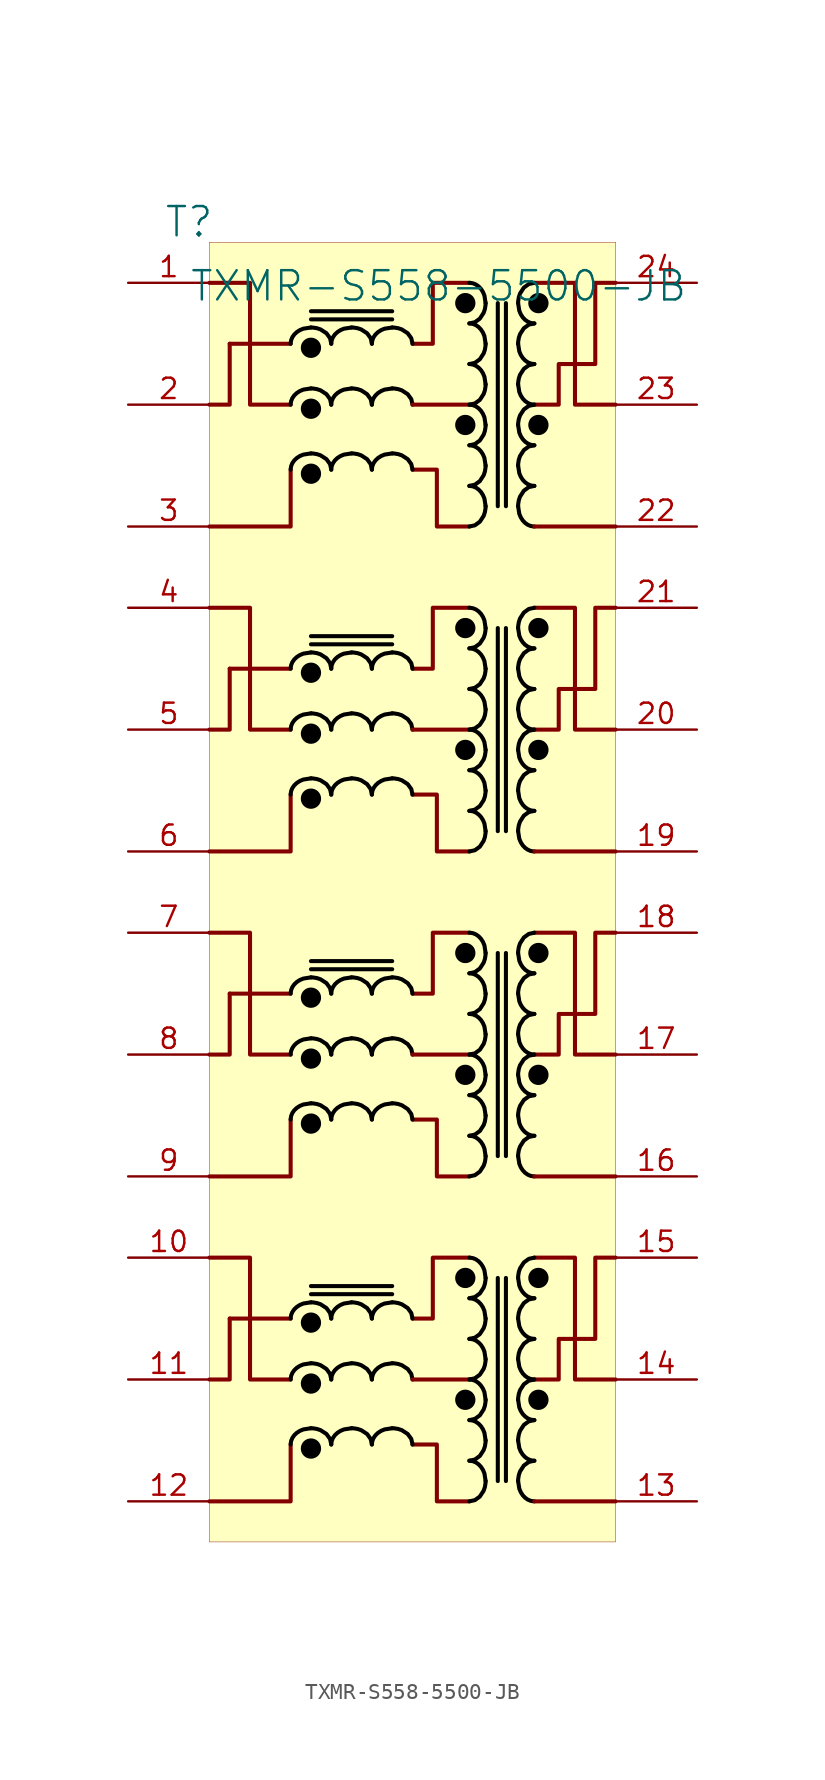
<source format=kicad_sym>
(kicad_symbol_lib
  (version 20231120)
  (generator "kicad_symbol_editor")
  (generator_version "8.0")
  (symbol "TXMR-S558-5500-JB"
    (property "Reference" "T"
      (at -1.27 1.27 0)
      (effects (font (size 1.829 1.829))))
    (property "Value" "TXMR-S558-5500-JB"
      (at -1.27 -3.81 0)
      (effects (font (size 1.829 1.829)) (justify left bottom)))
    (symbol "TXMR-S558-5500-JB_1_0"
      (polyline (pts (xy 5.08 -67.31) (xy 1.27 -67.31)) (stroke (width 0.254) (type solid)) (fill (type none)))
      (polyline (pts (xy 5.08 -46.99) (xy 1.27 -46.99)) (stroke (width 0.254) (type solid)) (fill (type none)))
      (polyline (pts (xy 5.08 -26.67) (xy 1.27 -26.67)) (stroke (width 0.254) (type solid)) (fill (type none)))
      (polyline (pts (xy 5.08 -6.35) (xy 1.27 -6.35)) (stroke (width 0.254) (type solid)) (fill (type none)))
      (polyline (pts (xy 6.35 -65.786) (xy 11.43 -65.786)) (stroke (width 0.254) (type solid) (color 0 0 0 1)) (fill (type none)))
      (polyline (pts (xy 6.35 -65.278) (xy 11.43 -65.278)) (stroke (width 0.254) (type solid) (color 0 0 0 1)) (fill (type none)))
      (polyline (pts (xy 6.35 -45.466) (xy 11.43 -45.466)) (stroke (width 0.254) (type solid) (color 0 0 0 1)) (fill (type none)))
      (polyline (pts (xy 6.35 -44.958) (xy 11.43 -44.958)) (stroke (width 0.254) (type solid) (color 0 0 0 1)) (fill (type none)))
      (polyline (pts (xy 6.35 -25.146) (xy 11.43 -25.146)) (stroke (width 0.254) (type solid) (color 0 0 0 1)) (fill (type none)))
      (polyline (pts (xy 6.35 -24.638) (xy 11.43 -24.638)) (stroke (width 0.254) (type solid) (color 0 0 0 1)) (fill (type none)))
      (polyline (pts (xy 6.35 -4.826) (xy 11.43 -4.826)) (stroke (width 0.254) (type solid) (color 0 0 0 1)) (fill (type none)))
      (polyline (pts (xy 6.35 -4.318) (xy 11.43 -4.318)) (stroke (width 0.254) (type solid) (color 0 0 0 1)) (fill (type none)))
      (polyline (pts (xy 16.256 -71.12) (xy 12.7 -71.12)) (stroke (width 0.254) (type solid)) (fill (type none)))
      (polyline (pts (xy 16.256 -50.8) (xy 12.7 -50.8)) (stroke (width 0.254) (type solid)) (fill (type none)))
      (polyline (pts (xy 16.256 -30.48) (xy 12.7 -30.48)) (stroke (width 0.254) (type solid)) (fill (type none)))
      (polyline (pts (xy 16.256 -10.16) (xy 12.7 -10.16)) (stroke (width 0.254) (type solid)) (fill (type none)))
      (polyline (pts (xy 18.034 -77.47) (xy 18.034 -64.77)) (stroke (width 0.254) (type solid) (color 0 0 0 1)) (fill (type none)))
      (polyline (pts (xy 18.034 -57.15) (xy 18.034 -44.45)) (stroke (width 0.254) (type solid) (color 0 0 0 1)) (fill (type none)))
      (polyline (pts (xy 18.034 -36.83) (xy 18.034 -24.13)) (stroke (width 0.254) (type solid) (color 0 0 0 1)) (fill (type none)))
      (polyline (pts (xy 18.034 -16.51) (xy 18.034 -3.81)) (stroke (width 0.254) (type solid) (color 0 0 0 1)) (fill (type none)))
      (polyline (pts (xy 18.542 -77.47) (xy 18.542 -64.77)) (stroke (width 0.254) (type solid) (color 0 0 0 1)) (fill (type none)))
      (polyline (pts (xy 18.542 -57.15) (xy 18.542 -44.45)) (stroke (width 0.254) (type solid) (color 0 0 0 1)) (fill (type none)))
      (polyline (pts (xy 18.542 -36.83) (xy 18.542 -24.13)) (stroke (width 0.254) (type solid) (color 0 0 0 1)) (fill (type none)))
      (polyline (pts (xy 18.542 -16.51) (xy 18.542 -3.81)) (stroke (width 0.254) (type solid) (color 0 0 0 1)) (fill (type none)))
      (polyline (pts (xy 20.32 -78.74) (xy 25.4 -78.74)) (stroke (width 0.254) (type solid)) (fill (type none)))
      (polyline (pts (xy 20.32 -58.42) (xy 25.4 -58.42)) (stroke (width 0.254) (type solid)) (fill (type none)))
      (polyline (pts (xy 20.32 -38.1) (xy 25.4 -38.1)) (stroke (width 0.254) (type solid)) (fill (type none)))
      (polyline (pts (xy 20.32 -17.78) (xy 25.4 -17.78)) (stroke (width 0.254) (type solid)) (fill (type none)))
      (polyline (pts (xy 0 -78.74) (xy 5.08 -78.74) (xy 5.08 -75.184)) (stroke (width 0.254) (type solid)) (fill (type none)))
      (polyline (pts (xy 0 -71.12) (xy 1.27 -71.12) (xy 1.27 -67.31)) (stroke (width 0.254) (type solid)) (fill (type none)))
      (polyline (pts (xy 0 -58.42) (xy 5.08 -58.42) (xy 5.08 -54.864)) (stroke (width 0.254) (type solid)) (fill (type none)))
      (polyline (pts (xy 0 -50.8) (xy 1.27 -50.8) (xy 1.27 -46.99)) (stroke (width 0.254) (type solid)) (fill (type none)))
      (polyline (pts (xy 0 -38.1) (xy 5.08 -38.1) (xy 5.08 -34.544)) (stroke (width 0.254) (type solid)) (fill (type none)))
      (polyline (pts (xy 0 -30.48) (xy 1.27 -30.48) (xy 1.27 -26.67)) (stroke (width 0.254) (type solid)) (fill (type none)))
      (polyline (pts (xy 0 -17.78) (xy 5.08 -17.78) (xy 5.08 -14.224)) (stroke (width 0.254) (type solid)) (fill (type none)))
      (polyline (pts (xy 0 -10.16) (xy 1.27 -10.16) (xy 1.27 -6.35)) (stroke (width 0.254) (type solid)) (fill (type none)))
      (polyline (pts (xy 0 -63.5) (xy 2.54 -63.5) (xy 2.54 -71.12) (xy 5.08 -71.12)) (stroke (width 0.254) (type solid)) (fill (type none)))
      (polyline (pts (xy 0 -43.18) (xy 2.54 -43.18) (xy 2.54 -50.8) (xy 5.08 -50.8)) (stroke (width 0.254) (type solid)) (fill (type none)))
      (polyline (pts (xy 0 -22.86) (xy 2.54 -22.86) (xy 2.54 -30.48) (xy 5.08 -30.48)) (stroke (width 0.254) (type solid)) (fill (type none)))
      (polyline (pts (xy 0 -2.54) (xy 2.54 -2.54) (xy 2.54 -10.16) (xy 5.08 -10.16)) (stroke (width 0.254) (type solid)) (fill (type none)))
      (polyline (pts (xy 12.7 -75.184) (xy 14.224 -75.184) (xy 14.224 -78.74) (xy 16.256 -78.74)) (stroke (width 0.254) (type solid)) (fill (type none)))
      (polyline (pts (xy 12.7 -67.31) (xy 13.97 -67.31) (xy 13.97 -63.5) (xy 16.256 -63.5)) (stroke (width 0.254) (type solid)) (fill (type none)))
      (polyline (pts (xy 12.7 -54.864) (xy 14.224 -54.864) (xy 14.224 -58.42) (xy 16.256 -58.42)) (stroke (width 0.254) (type solid)) (fill (type none)))
      (polyline (pts (xy 12.7 -46.99) (xy 13.97 -46.99) (xy 13.97 -43.18) (xy 16.256 -43.18)) (stroke (width 0.254) (type solid)) (fill (type none)))
      (polyline (pts (xy 12.7 -34.544) (xy 14.224 -34.544) (xy 14.224 -38.1) (xy 16.256 -38.1)) (stroke (width 0.254) (type solid)) (fill (type none)))
      (polyline (pts (xy 12.7 -26.67) (xy 13.97 -26.67) (xy 13.97 -22.86) (xy 16.256 -22.86)) (stroke (width 0.254) (type solid)) (fill (type none)))
      (polyline (pts (xy 12.7 -14.224) (xy 14.224 -14.224) (xy 14.224 -17.78) (xy 16.256 -17.78)) (stroke (width 0.254) (type solid)) (fill (type none)))
      (polyline (pts (xy 12.7 -6.35) (xy 13.97 -6.35) (xy 13.97 -2.54) (xy 16.256 -2.54)) (stroke (width 0.254) (type solid)) (fill (type none)))
      (polyline (pts (xy 20.32 -63.5) (xy 22.86 -63.5) (xy 22.86 -71.12) (xy 25.4 -71.12)) (stroke (width 0.254) (type solid)) (fill (type none)))
      (polyline (pts (xy 20.32 -43.18) (xy 22.86 -43.18) (xy 22.86 -50.8) (xy 25.4 -50.8)) (stroke (width 0.254) (type solid)) (fill (type none)))
      (polyline (pts (xy 20.32 -22.86) (xy 22.86 -22.86) (xy 22.86 -30.48) (xy 25.4 -30.48)) (stroke (width 0.254) (type solid)) (fill (type none)))
      (polyline (pts (xy 20.32 -2.54) (xy 22.86 -2.54) (xy 22.86 -10.16) (xy 25.4 -10.16)) (stroke (width 0.254) (type solid)) (fill (type none)))
      (polyline (pts (xy 20.32 -71.12) (xy 21.844 -71.12) (xy 21.844 -68.58) (xy 24.13 -68.58) (xy 24.13 -63.5) (xy 25.4 -63.5)) (stroke (width 0.254) (type solid)) (fill (type none)))
      (polyline (pts (xy 20.32 -50.8) (xy 21.844 -50.8) (xy 21.844 -48.26) (xy 24.13 -48.26) (xy 24.13 -43.18) (xy 25.4 -43.18)) (stroke (width 0.254) (type solid)) (fill (type none)))
      (polyline (pts (xy 20.32 -30.48) (xy 21.844 -30.48) (xy 21.844 -27.94) (xy 24.13 -27.94) (xy 24.13 -22.86) (xy 25.4 -22.86)) (stroke (width 0.254) (type solid)) (fill (type none)))
      (polyline (pts (xy 20.32 -10.16) (xy 21.844 -10.16) (xy 21.844 -7.62) (xy 24.13 -7.62) (xy 24.13 -2.54) (xy 25.4 -2.54)) (stroke (width 0.254) (type solid)) (fill (type none)))
      (circle (center 6.35 -75.438) (radius 0.508) (stroke (width 0.254) (type solid) (color 0 0 0 1)) (fill (type outline)))
      (bezier (pts (xy 6.35 -74.168) (xy 5.649 -74.168) (xy 5.08 -74.623) (xy 5.08 -75.184)) (stroke (width 0.254) (type solid) (color 0 0 0 1)) (fill (type none)))
      (circle (center 6.35 -71.374) (radius 0.508) (stroke (width 0.254) (type solid) (color 0 0 0 1)) (fill (type outline)))
      (bezier (pts (xy 6.35 -70.104) (xy 5.649 -70.104) (xy 5.08 -70.559) (xy 5.08 -71.12)) (stroke (width 0.254) (type solid) (color 0 0 0 1)) (fill (type none)))
      (circle (center 6.35 -67.564) (radius 0.508) (stroke (width 0.254) (type solid) (color 0 0 0 1)) (fill (type outline)))
      (bezier (pts (xy 6.35 -66.294) (xy 5.649 -66.294) (xy 5.08 -66.749) (xy 5.08 -67.31)) (stroke (width 0.254) (type solid) (color 0 0 0 1)) (fill (type none)))
      (circle (center 6.35 -55.118) (radius 0.508) (stroke (width 0.254) (type solid) (color 0 0 0 1)) (fill (type outline)))
      (bezier (pts (xy 6.35 -53.848) (xy 5.649 -53.848) (xy 5.08 -54.303) (xy 5.08 -54.864)) (stroke (width 0.254) (type solid) (color 0 0 0 1)) (fill (type none)))
      (circle (center 6.35 -51.054) (radius 0.508) (stroke (width 0.254) (type solid) (color 0 0 0 1)) (fill (type outline)))
      (bezier (pts (xy 6.35 -49.784) (xy 5.649 -49.784) (xy 5.08 -50.239) (xy 5.08 -50.8)) (stroke (width 0.254) (type solid) (color 0 0 0 1)) (fill (type none)))
      (circle (center 6.35 -47.244) (radius 0.508) (stroke (width 0.254) (type solid) (color 0 0 0 1)) (fill (type outline)))
      (bezier (pts (xy 6.35 -45.974) (xy 5.649 -45.974) (xy 5.08 -46.429) (xy 5.08 -46.99)) (stroke (width 0.254) (type solid) (color 0 0 0 1)) (fill (type none)))
      (circle (center 6.35 -34.798) (radius 0.508) (stroke (width 0.254) (type solid) (color 0 0 0 1)) (fill (type outline)))
      (bezier (pts (xy 6.35 -33.528) (xy 5.649 -33.528) (xy 5.08 -33.983) (xy 5.08 -34.544)) (stroke (width 0.254) (type solid) (color 0 0 0 1)) (fill (type none)))
      (circle (center 6.35 -30.734) (radius 0.508) (stroke (width 0.254) (type solid) (color 0 0 0 1)) (fill (type outline)))
      (bezier (pts (xy 6.35 -29.464) (xy 5.649 -29.464) (xy 5.08 -29.919) (xy 5.08 -30.48)) (stroke (width 0.254) (type solid) (color 0 0 0 1)) (fill (type none)))
      (circle (center 6.35 -26.924) (radius 0.508) (stroke (width 0.254) (type solid) (color 0 0 0 1)) (fill (type outline)))
      (bezier (pts (xy 6.35 -25.654) (xy 5.649 -25.654) (xy 5.08 -26.109) (xy 5.08 -26.67)) (stroke (width 0.254) (type solid) (color 0 0 0 1)) (fill (type none)))
      (circle (center 6.35 -14.478) (radius 0.508) (stroke (width 0.254) (type solid) (color 0 0 0 1)) (fill (type outline)))
      (bezier (pts (xy 6.35 -13.208) (xy 5.649 -13.208) (xy 5.08 -13.663) (xy 5.08 -14.224)) (stroke (width 0.254) (type solid) (color 0 0 0 1)) (fill (type none)))
      (circle (center 6.35 -10.414) (radius 0.508) (stroke (width 0.254) (type solid) (color 0 0 0 1)) (fill (type outline)))
      (bezier (pts (xy 6.35 -9.144) (xy 5.649 -9.144) (xy 5.08 -9.599) (xy 5.08 -10.16)) (stroke (width 0.254) (type solid) (color 0 0 0 1)) (fill (type none)))
      (circle (center 6.35 -6.604) (radius 0.508) (stroke (width 0.254) (type solid) (color 0 0 0 1)) (fill (type outline)))
      (bezier (pts (xy 6.35 -5.334) (xy 5.649 -5.334) (xy 5.08 -5.789) (xy 5.08 -6.35)) (stroke (width 0.254) (type solid) (color 0 0 0 1)) (fill (type none)))
      (bezier (pts (xy 7.62 -75.184) (xy 7.62 -74.623) (xy 7.051 -74.168) (xy 6.35 -74.168)) (stroke (width 0.254) (type solid) (color 0 0 0 1)) (fill (type none)))
      (bezier (pts (xy 7.62 -71.12) (xy 7.62 -70.559) (xy 7.051 -70.104) (xy 6.35 -70.104)) (stroke (width 0.254) (type solid) (color 0 0 0 1)) (fill (type none)))
      (bezier (pts (xy 7.62 -67.31) (xy 7.62 -66.749) (xy 7.051 -66.294) (xy 6.35 -66.294)) (stroke (width 0.254) (type solid) (color 0 0 0 1)) (fill (type none)))
      (bezier (pts (xy 7.62 -54.864) (xy 7.62 -54.303) (xy 7.051 -53.848) (xy 6.35 -53.848)) (stroke (width 0.254) (type solid) (color 0 0 0 1)) (fill (type none)))
      (bezier (pts (xy 7.62 -50.8) (xy 7.62 -50.239) (xy 7.051 -49.784) (xy 6.35 -49.784)) (stroke (width 0.254) (type solid) (color 0 0 0 1)) (fill (type none)))
      (bezier (pts (xy 7.62 -46.99) (xy 7.62 -46.429) (xy 7.051 -45.974) (xy 6.35 -45.974)) (stroke (width 0.254) (type solid) (color 0 0 0 1)) (fill (type none)))
      (bezier (pts (xy 7.62 -34.544) (xy 7.62 -33.983) (xy 7.051 -33.528) (xy 6.35 -33.528)) (stroke (width 0.254) (type solid) (color 0 0 0 1)) (fill (type none)))
      (bezier (pts (xy 7.62 -30.48) (xy 7.62 -29.919) (xy 7.051 -29.464) (xy 6.35 -29.464)) (stroke (width 0.254) (type solid) (color 0 0 0 1)) (fill (type none)))
      (bezier (pts (xy 7.62 -26.67) (xy 7.62 -26.109) (xy 7.051 -25.654) (xy 6.35 -25.654)) (stroke (width 0.254) (type solid) (color 0 0 0 1)) (fill (type none)))
      (bezier (pts (xy 7.62 -14.224) (xy 7.62 -13.663) (xy 7.051 -13.208) (xy 6.35 -13.208)) (stroke (width 0.254) (type solid) (color 0 0 0 1)) (fill (type none)))
      (bezier (pts (xy 7.62 -10.16) (xy 7.62 -9.599) (xy 7.051 -9.144) (xy 6.35 -9.144)) (stroke (width 0.254) (type solid) (color 0 0 0 1)) (fill (type none)))
      (bezier (pts (xy 7.62 -6.35) (xy 7.62 -5.789) (xy 7.051 -5.334) (xy 6.35 -5.334)) (stroke (width 0.254) (type solid) (color 0 0 0 1)) (fill (type none)))
      (bezier (pts (xy 8.89 -74.168) (xy 8.188 -74.168) (xy 7.62 -74.623) (xy 7.62 -75.184)) (stroke (width 0.254) (type solid) (color 0 0 0 1)) (fill (type none)))
      (bezier (pts (xy 8.89 -70.104) (xy 8.188 -70.104) (xy 7.62 -70.559) (xy 7.62 -71.12)) (stroke (width 0.254) (type solid) (color 0 0 0 1)) (fill (type none)))
      (bezier (pts (xy 8.89 -66.294) (xy 8.188 -66.294) (xy 7.62 -66.749) (xy 7.62 -67.31)) (stroke (width 0.254) (type solid) (color 0 0 0 1)) (fill (type none)))
      (bezier (pts (xy 8.89 -53.848) (xy 8.188 -53.848) (xy 7.62 -54.303) (xy 7.62 -54.864)) (stroke (width 0.254) (type solid) (color 0 0 0 1)) (fill (type none)))
      (bezier (pts (xy 8.89 -49.784) (xy 8.188 -49.784) (xy 7.62 -50.239) (xy 7.62 -50.8)) (stroke (width 0.254) (type solid) (color 0 0 0 1)) (fill (type none)))
      (bezier (pts (xy 8.89 -45.974) (xy 8.188 -45.974) (xy 7.62 -46.429) (xy 7.62 -46.99)) (stroke (width 0.254) (type solid) (color 0 0 0 1)) (fill (type none)))
      (bezier (pts (xy 8.89 -33.528) (xy 8.188 -33.528) (xy 7.62 -33.983) (xy 7.62 -34.544)) (stroke (width 0.254) (type solid) (color 0 0 0 1)) (fill (type none)))
      (bezier (pts (xy 8.89 -29.464) (xy 8.188 -29.464) (xy 7.62 -29.919) (xy 7.62 -30.48)) (stroke (width 0.254) (type solid) (color 0 0 0 1)) (fill (type none)))
      (bezier (pts (xy 8.89 -25.654) (xy 8.188 -25.654) (xy 7.62 -26.109) (xy 7.62 -26.67)) (stroke (width 0.254) (type solid) (color 0 0 0 1)) (fill (type none)))
      (bezier (pts (xy 8.89 -13.208) (xy 8.188 -13.208) (xy 7.62 -13.663) (xy 7.62 -14.224)) (stroke (width 0.254) (type solid) (color 0 0 0 1)) (fill (type none)))
      (bezier (pts (xy 8.89 -9.144) (xy 8.188 -9.144) (xy 7.62 -9.599) (xy 7.62 -10.16)) (stroke (width 0.254) (type solid) (color 0 0 0 1)) (fill (type none)))
      (bezier (pts (xy 8.89 -5.334) (xy 8.188 -5.334) (xy 7.62 -5.789) (xy 7.62 -6.35)) (stroke (width 0.254) (type solid) (color 0 0 0 1)) (fill (type none)))
      (bezier (pts (xy 10.16 -75.184) (xy 10.16 -74.623) (xy 9.591 -74.168) (xy 8.89 -74.168)) (stroke (width 0.254) (type solid) (color 0 0 0 1)) (fill (type none)))
      (bezier (pts (xy 10.16 -71.12) (xy 10.16 -70.559) (xy 9.591 -70.104) (xy 8.89 -70.104)) (stroke (width 0.254) (type solid) (color 0 0 0 1)) (fill (type none)))
      (bezier (pts (xy 10.16 -67.31) (xy 10.16 -66.749) (xy 9.591 -66.294) (xy 8.89 -66.294)) (stroke (width 0.254) (type solid) (color 0 0 0 1)) (fill (type none)))
      (bezier (pts (xy 10.16 -54.864) (xy 10.16 -54.303) (xy 9.591 -53.848) (xy 8.89 -53.848)) (stroke (width 0.254) (type solid) (color 0 0 0 1)) (fill (type none)))
      (bezier (pts (xy 10.16 -50.8) (xy 10.16 -50.239) (xy 9.591 -49.784) (xy 8.89 -49.784)) (stroke (width 0.254) (type solid) (color 0 0 0 1)) (fill (type none)))
      (bezier (pts (xy 10.16 -46.99) (xy 10.16 -46.429) (xy 9.591 -45.974) (xy 8.89 -45.974)) (stroke (width 0.254) (type solid) (color 0 0 0 1)) (fill (type none)))
      (bezier (pts (xy 10.16 -34.544) (xy 10.16 -33.983) (xy 9.591 -33.528) (xy 8.89 -33.528)) (stroke (width 0.254) (type solid) (color 0 0 0 1)) (fill (type none)))
      (bezier (pts (xy 10.16 -30.48) (xy 10.16 -29.919) (xy 9.591 -29.464) (xy 8.89 -29.464)) (stroke (width 0.254) (type solid) (color 0 0 0 1)) (fill (type none)))
      (bezier (pts (xy 10.16 -26.67) (xy 10.16 -26.109) (xy 9.591 -25.654) (xy 8.89 -25.654)) (stroke (width 0.254) (type solid) (color 0 0 0 1)) (fill (type none)))
      (bezier (pts (xy 10.16 -14.224) (xy 10.16 -13.663) (xy 9.591 -13.208) (xy 8.89 -13.208)) (stroke (width 0.254) (type solid) (color 0 0 0 1)) (fill (type none)))
      (bezier (pts (xy 10.16 -10.16) (xy 10.16 -9.599) (xy 9.591 -9.144) (xy 8.89 -9.144)) (stroke (width 0.254) (type solid) (color 0 0 0 1)) (fill (type none)))
      (bezier (pts (xy 10.16 -6.35) (xy 10.16 -5.789) (xy 9.591 -5.334) (xy 8.89 -5.334)) (stroke (width 0.254) (type solid) (color 0 0 0 1)) (fill (type none)))
      (bezier (pts (xy 11.43 -74.168) (xy 10.729 -74.168) (xy 10.16 -74.623) (xy 10.16 -75.184)) (stroke (width 0.254) (type solid) (color 0 0 0 1)) (fill (type none)))
      (bezier (pts (xy 11.43 -70.104) (xy 10.729 -70.104) (xy 10.16 -70.559) (xy 10.16 -71.12)) (stroke (width 0.254) (type solid) (color 0 0 0 1)) (fill (type none)))
      (bezier (pts (xy 11.43 -66.294) (xy 10.729 -66.294) (xy 10.16 -66.749) (xy 10.16 -67.31)) (stroke (width 0.254) (type solid) (color 0 0 0 1)) (fill (type none)))
      (bezier (pts (xy 11.43 -53.848) (xy 10.729 -53.848) (xy 10.16 -54.303) (xy 10.16 -54.864)) (stroke (width 0.254) (type solid) (color 0 0 0 1)) (fill (type none)))
      (bezier (pts (xy 11.43 -49.784) (xy 10.729 -49.784) (xy 10.16 -50.239) (xy 10.16 -50.8)) (stroke (width 0.254) (type solid) (color 0 0 0 1)) (fill (type none)))
      (bezier (pts (xy 11.43 -45.974) (xy 10.729 -45.974) (xy 10.16 -46.429) (xy 10.16 -46.99)) (stroke (width 0.254) (type solid) (color 0 0 0 1)) (fill (type none)))
      (bezier (pts (xy 11.43 -33.528) (xy 10.729 -33.528) (xy 10.16 -33.983) (xy 10.16 -34.544)) (stroke (width 0.254) (type solid) (color 0 0 0 1)) (fill (type none)))
      (bezier (pts (xy 11.43 -29.464) (xy 10.729 -29.464) (xy 10.16 -29.919) (xy 10.16 -30.48)) (stroke (width 0.254) (type solid) (color 0 0 0 1)) (fill (type none)))
      (bezier (pts (xy 11.43 -25.654) (xy 10.729 -25.654) (xy 10.16 -26.109) (xy 10.16 -26.67)) (stroke (width 0.254) (type solid) (color 0 0 0 1)) (fill (type none)))
      (bezier (pts (xy 11.43 -13.208) (xy 10.729 -13.208) (xy 10.16 -13.663) (xy 10.16 -14.224)) (stroke (width 0.254) (type solid) (color 0 0 0 1)) (fill (type none)))
      (bezier (pts (xy 11.43 -9.144) (xy 10.729 -9.144) (xy 10.16 -9.599) (xy 10.16 -10.16)) (stroke (width 0.254) (type solid) (color 0 0 0 1)) (fill (type none)))
      (bezier (pts (xy 11.43 -5.334) (xy 10.729 -5.334) (xy 10.16 -5.789) (xy 10.16 -6.35)) (stroke (width 0.254) (type solid) (color 0 0 0 1)) (fill (type none)))
      (bezier (pts (xy 12.7 -75.184) (xy 12.7 -74.623) (xy 12.131 -74.168) (xy 11.43 -74.168)) (stroke (width 0.254) (type solid) (color 0 0 0 1)) (fill (type none)))
      (bezier (pts (xy 12.7 -71.12) (xy 12.7 -70.559) (xy 12.131 -70.104) (xy 11.43 -70.104)) (stroke (width 0.254) (type solid) (color 0 0 0 1)) (fill (type none)))
      (bezier (pts (xy 12.7 -67.31) (xy 12.7 -66.749) (xy 12.131 -66.294) (xy 11.43 -66.294)) (stroke (width 0.254) (type solid) (color 0 0 0 1)) (fill (type none)))
      (bezier (pts (xy 12.7 -54.864) (xy 12.7 -54.303) (xy 12.131 -53.848) (xy 11.43 -53.848)) (stroke (width 0.254) (type solid) (color 0 0 0 1)) (fill (type none)))
      (bezier (pts (xy 12.7 -50.8) (xy 12.7 -50.239) (xy 12.131 -49.784) (xy 11.43 -49.784)) (stroke (width 0.254) (type solid) (color 0 0 0 1)) (fill (type none)))
      (bezier (pts (xy 12.7 -46.99) (xy 12.7 -46.429) (xy 12.131 -45.974) (xy 11.43 -45.974)) (stroke (width 0.254) (type solid) (color 0 0 0 1)) (fill (type none)))
      (bezier (pts (xy 12.7 -34.544) (xy 12.7 -33.983) (xy 12.131 -33.528) (xy 11.43 -33.528)) (stroke (width 0.254) (type solid) (color 0 0 0 1)) (fill (type none)))
      (bezier (pts (xy 12.7 -30.48) (xy 12.7 -29.919) (xy 12.131 -29.464) (xy 11.43 -29.464)) (stroke (width 0.254) (type solid) (color 0 0 0 1)) (fill (type none)))
      (bezier (pts (xy 12.7 -26.67) (xy 12.7 -26.109) (xy 12.131 -25.654) (xy 11.43 -25.654)) (stroke (width 0.254) (type solid) (color 0 0 0 1)) (fill (type none)))
      (bezier (pts (xy 12.7 -14.224) (xy 12.7 -13.663) (xy 12.131 -13.208) (xy 11.43 -13.208)) (stroke (width 0.254) (type solid) (color 0 0 0 1)) (fill (type none)))
      (bezier (pts (xy 12.7 -10.16) (xy 12.7 -9.599) (xy 12.131 -9.144) (xy 11.43 -9.144)) (stroke (width 0.254) (type solid) (color 0 0 0 1)) (fill (type none)))
      (bezier (pts (xy 12.7 -6.35) (xy 12.7 -5.789) (xy 12.131 -5.334) (xy 11.43 -5.334)) (stroke (width 0.254) (type solid) (color 0 0 0 1)) (fill (type none)))
      (circle (center 16.002 -72.39) (radius 0.508) (stroke (width 0.254) (type solid) (color 0 0 0 1)) (fill (type outline)))
      (circle (center 16.002 -64.77) (radius 0.508) (stroke (width 0.254) (type solid) (color 0 0 0 1)) (fill (type outline)))
      (circle (center 16.002 -52.07) (radius 0.508) (stroke (width 0.254) (type solid) (color 0 0 0 1)) (fill (type outline)))
      (circle (center 16.002 -44.45) (radius 0.508) (stroke (width 0.254) (type solid) (color 0 0 0 1)) (fill (type outline)))
      (circle (center 16.002 -31.75) (radius 0.508) (stroke (width 0.254) (type solid) (color 0 0 0 1)) (fill (type outline)))
      (circle (center 16.002 -24.13) (radius 0.508) (stroke (width 0.254) (type solid) (color 0 0 0 1)) (fill (type outline)))
      (circle (center 16.002 -11.43) (radius 0.508) (stroke (width 0.254) (type solid) (color 0 0 0 1)) (fill (type outline)))
      (circle (center 16.002 -3.81) (radius 0.508) (stroke (width 0.254) (type solid) (color 0 0 0 1)) (fill (type outline)))
      (bezier (pts (xy 16.256 -78.74) (xy 16.817 -78.74) (xy 17.272 -78.171) (xy 17.272 -77.47)) (stroke (width 0.254) (type solid) (color 0 0 0 1)) (fill (type none)))
      (bezier (pts (xy 16.256 -76.2) (xy 16.817 -76.2) (xy 17.272 -75.631) (xy 17.272 -74.93)) (stroke (width 0.254) (type solid) (color 0 0 0 1)) (fill (type none)))
      (bezier (pts (xy 16.256 -73.66) (xy 16.817 -73.66) (xy 17.272 -73.091) (xy 17.272 -72.39)) (stroke (width 0.254) (type solid) (color 0 0 0 1)) (fill (type none)))
      (bezier (pts (xy 16.256 -71.12) (xy 16.817 -71.12) (xy 17.272 -70.551) (xy 17.272 -69.85)) (stroke (width 0.254) (type solid) (color 0 0 0 1)) (fill (type none)))
      (bezier (pts (xy 16.256 -68.58) (xy 16.817 -68.58) (xy 17.272 -68.011) (xy 17.272 -67.31)) (stroke (width 0.254) (type solid) (color 0 0 0 1)) (fill (type none)))
      (bezier (pts (xy 16.256 -66.04) (xy 16.817 -66.04) (xy 17.272 -65.471) (xy 17.272 -64.77)) (stroke (width 0.254) (type solid) (color 0 0 0 1)) (fill (type none)))
      (bezier (pts (xy 16.256 -58.42) (xy 16.817 -58.42) (xy 17.272 -57.851) (xy 17.272 -57.15)) (stroke (width 0.254) (type solid) (color 0 0 0 1)) (fill (type none)))
      (bezier (pts (xy 16.256 -55.88) (xy 16.817 -55.88) (xy 17.272 -55.311) (xy 17.272 -54.61)) (stroke (width 0.254) (type solid) (color 0 0 0 1)) (fill (type none)))
      (bezier (pts (xy 16.256 -53.34) (xy 16.817 -53.34) (xy 17.272 -52.771) (xy 17.272 -52.07)) (stroke (width 0.254) (type solid) (color 0 0 0 1)) (fill (type none)))
      (bezier (pts (xy 16.256 -50.8) (xy 16.817 -50.8) (xy 17.272 -50.231) (xy 17.272 -49.53)) (stroke (width 0.254) (type solid) (color 0 0 0 1)) (fill (type none)))
      (bezier (pts (xy 16.256 -48.26) (xy 16.817 -48.26) (xy 17.272 -47.691) (xy 17.272 -46.99)) (stroke (width 0.254) (type solid) (color 0 0 0 1)) (fill (type none)))
      (bezier (pts (xy 16.256 -45.72) (xy 16.817 -45.72) (xy 17.272 -45.151) (xy 17.272 -44.45)) (stroke (width 0.254) (type solid) (color 0 0 0 1)) (fill (type none)))
      (bezier (pts (xy 16.256 -38.1) (xy 16.817 -38.1) (xy 17.272 -37.531) (xy 17.272 -36.83)) (stroke (width 0.254) (type solid) (color 0 0 0 1)) (fill (type none)))
      (bezier (pts (xy 16.256 -35.56) (xy 16.817 -35.56) (xy 17.272 -34.991) (xy 17.272 -34.29)) (stroke (width 0.254) (type solid) (color 0 0 0 1)) (fill (type none)))
      (bezier (pts (xy 16.256 -33.02) (xy 16.817 -33.02) (xy 17.272 -32.451) (xy 17.272 -31.75)) (stroke (width 0.254) (type solid) (color 0 0 0 1)) (fill (type none)))
      (bezier (pts (xy 16.256 -30.48) (xy 16.817 -30.48) (xy 17.272 -29.911) (xy 17.272 -29.21)) (stroke (width 0.254) (type solid) (color 0 0 0 1)) (fill (type none)))
      (bezier (pts (xy 16.256 -27.94) (xy 16.817 -27.94) (xy 17.272 -27.371) (xy 17.272 -26.67)) (stroke (width 0.254) (type solid) (color 0 0 0 1)) (fill (type none)))
      (bezier (pts (xy 16.256 -25.4) (xy 16.817 -25.4) (xy 17.272 -24.831) (xy 17.272 -24.13)) (stroke (width 0.254) (type solid) (color 0 0 0 1)) (fill (type none)))
      (bezier (pts (xy 16.256 -17.78) (xy 16.817 -17.78) (xy 17.272 -17.211) (xy 17.272 -16.51)) (stroke (width 0.254) (type solid) (color 0 0 0 1)) (fill (type none)))
      (bezier (pts (xy 16.256 -15.24) (xy 16.817 -15.24) (xy 17.272 -14.671) (xy 17.272 -13.97)) (stroke (width 0.254) (type solid) (color 0 0 0 1)) (fill (type none)))
      (bezier (pts (xy 16.256 -12.7) (xy 16.817 -12.7) (xy 17.272 -12.131) (xy 17.272 -11.43)) (stroke (width 0.254) (type solid) (color 0 0 0 1)) (fill (type none)))
      (bezier (pts (xy 16.256 -10.16) (xy 16.817 -10.16) (xy 17.272 -9.591) (xy 17.272 -8.89)) (stroke (width 0.254) (type solid) (color 0 0 0 1)) (fill (type none)))
      (bezier (pts (xy 16.256 -7.62) (xy 16.817 -7.62) (xy 17.272 -7.051) (xy 17.272 -6.35)) (stroke (width 0.254) (type solid) (color 0 0 0 1)) (fill (type none)))
      (bezier (pts (xy 16.256 -5.08) (xy 16.817 -5.08) (xy 17.272 -4.511) (xy 17.272 -3.81)) (stroke (width 0.254) (type solid) (color 0 0 0 1)) (fill (type none)))
      (bezier (pts (xy 17.272 -77.47) (xy 17.272 -76.769) (xy 16.817 -76.2) (xy 16.256 -76.2)) (stroke (width 0.254) (type solid) (color 0 0 0 1)) (fill (type none)))
      (bezier (pts (xy 17.272 -74.93) (xy 17.272 -74.228) (xy 16.817 -73.66) (xy 16.256 -73.66)) (stroke (width 0.254) (type solid) (color 0 0 0 1)) (fill (type none)))
      (bezier (pts (xy 17.272 -72.39) (xy 17.272 -71.689) (xy 16.817 -71.12) (xy 16.256 -71.12)) (stroke (width 0.254) (type solid) (color 0 0 0 1)) (fill (type none)))
      (bezier (pts (xy 17.272 -69.85) (xy 17.272 -69.148) (xy 16.817 -68.58) (xy 16.256 -68.58)) (stroke (width 0.254) (type solid) (color 0 0 0 1)) (fill (type none)))
      (bezier (pts (xy 17.272 -67.31) (xy 17.272 -66.609) (xy 16.817 -66.04) (xy 16.256 -66.04)) (stroke (width 0.254) (type solid) (color 0 0 0 1)) (fill (type none)))
      (bezier (pts (xy 17.272 -64.77) (xy 17.272 -64.069) (xy 16.817 -63.5) (xy 16.256 -63.5)) (stroke (width 0.254) (type solid) (color 0 0 0 1)) (fill (type none)))
      (bezier (pts (xy 17.272 -57.15) (xy 17.272 -56.449) (xy 16.817 -55.88) (xy 16.256 -55.88)) (stroke (width 0.254) (type solid) (color 0 0 0 1)) (fill (type none)))
      (bezier (pts (xy 17.272 -54.61) (xy 17.272 -53.908) (xy 16.817 -53.34) (xy 16.256 -53.34)) (stroke (width 0.254) (type solid) (color 0 0 0 1)) (fill (type none)))
      (bezier (pts (xy 17.272 -52.07) (xy 17.272 -51.368) (xy 16.817 -50.8) (xy 16.256 -50.8)) (stroke (width 0.254) (type solid) (color 0 0 0 1)) (fill (type none)))
      (bezier (pts (xy 17.272 -49.53) (xy 17.272 -48.828) (xy 16.817 -48.26) (xy 16.256 -48.26)) (stroke (width 0.254) (type solid) (color 0 0 0 1)) (fill (type none)))
      (bezier (pts (xy 17.272 -46.99) (xy 17.272 -46.288) (xy 16.817 -45.72) (xy 16.256 -45.72)) (stroke (width 0.254) (type solid) (color 0 0 0 1)) (fill (type none)))
      (bezier (pts (xy 17.272 -44.45) (xy 17.272 -43.748) (xy 16.817 -43.18) (xy 16.256 -43.18)) (stroke (width 0.254) (type solid) (color 0 0 0 1)) (fill (type none)))
      (bezier (pts (xy 17.272 -36.83) (xy 17.272 -36.129) (xy 16.817 -35.56) (xy 16.256 -35.56)) (stroke (width 0.254) (type solid) (color 0 0 0 1)) (fill (type none)))
      (bezier (pts (xy 17.272 -34.29) (xy 17.272 -33.589) (xy 16.817 -33.02) (xy 16.256 -33.02)) (stroke (width 0.254) (type solid) (color 0 0 0 1)) (fill (type none)))
      (bezier (pts (xy 17.272 -31.75) (xy 17.272 -31.049) (xy 16.817 -30.48) (xy 16.256 -30.48)) (stroke (width 0.254) (type solid) (color 0 0 0 1)) (fill (type none)))
      (bezier (pts (xy 17.272 -29.21) (xy 17.272 -28.509) (xy 16.817 -27.94) (xy 16.256 -27.94)) (stroke (width 0.254) (type solid) (color 0 0 0 1)) (fill (type none)))
      (bezier (pts (xy 17.272 -26.67) (xy 17.272 -25.968) (xy 16.817 -25.4) (xy 16.256 -25.4)) (stroke (width 0.254) (type solid) (color 0 0 0 1)) (fill (type none)))
      (bezier (pts (xy 17.272 -24.13) (xy 17.272 -23.428) (xy 16.817 -22.86) (xy 16.256 -22.86)) (stroke (width 0.254) (type solid) (color 0 0 0 1)) (fill (type none)))
      (bezier (pts (xy 17.272 -16.51) (xy 17.272 -15.809) (xy 16.817 -15.24) (xy 16.256 -15.24)) (stroke (width 0.254) (type solid) (color 0 0 0 1)) (fill (type none)))
      (bezier (pts (xy 17.272 -13.97) (xy 17.272 -13.268) (xy 16.817 -12.7) (xy 16.256 -12.7)) (stroke (width 0.254) (type solid) (color 0 0 0 1)) (fill (type none)))
      (bezier (pts (xy 17.272 -11.43) (xy 17.272 -10.729) (xy 16.817 -10.16) (xy 16.256 -10.16)) (stroke (width 0.254) (type solid) (color 0 0 0 1)) (fill (type none)))
      (bezier (pts (xy 17.272 -8.89) (xy 17.272 -8.188) (xy 16.817 -7.62) (xy 16.256 -7.62)) (stroke (width 0.254) (type solid) (color 0 0 0 1)) (fill (type none)))
      (bezier (pts (xy 17.272 -6.35) (xy 17.272 -5.649) (xy 16.817 -5.08) (xy 16.256 -5.08)) (stroke (width 0.254) (type solid) (color 0 0 0 1)) (fill (type none)))
      (bezier (pts (xy 17.272 -3.81) (xy 17.272 -3.108) (xy 16.817 -2.54) (xy 16.256 -2.54)) (stroke (width 0.254) (type solid) (color 0 0 0 1)) (fill (type none)))
      (bezier (pts (xy 19.304 -77.47) (xy 19.304 -78.171) (xy 19.759 -78.74) (xy 20.32 -78.74)) (stroke (width 0.254) (type solid) (color 0 0 0 1)) (fill (type none)))
      (bezier (pts (xy 19.304 -74.93) (xy 19.304 -75.631) (xy 19.759 -76.2) (xy 20.32 -76.2)) (stroke (width 0.254) (type solid) (color 0 0 0 1)) (fill (type none)))
      (bezier (pts (xy 19.304 -72.39) (xy 19.304 -73.091) (xy 19.759 -73.66) (xy 20.32 -73.66)) (stroke (width 0.254) (type solid) (color 0 0 0 1)) (fill (type none)))
      (bezier (pts (xy 19.304 -69.85) (xy 19.304 -70.551) (xy 19.759 -71.12) (xy 20.32 -71.12)) (stroke (width 0.254) (type solid) (color 0 0 0 1)) (fill (type none)))
      (bezier (pts (xy 19.304 -67.31) (xy 19.304 -68.011) (xy 19.759 -68.58) (xy 20.32 -68.58)) (stroke (width 0.254) (type solid) (color 0 0 0 1)) (fill (type none)))
      (bezier (pts (xy 19.304 -64.77) (xy 19.304 -65.471) (xy 19.759 -66.04) (xy 20.32 -66.04)) (stroke (width 0.254) (type solid) (color 0 0 0 1)) (fill (type none)))
      (bezier (pts (xy 19.304 -57.15) (xy 19.304 -57.851) (xy 19.759 -58.42) (xy 20.32 -58.42)) (stroke (width 0.254) (type solid) (color 0 0 0 1)) (fill (type none)))
      (bezier (pts (xy 19.304 -54.61) (xy 19.304 -55.311) (xy 19.759 -55.88) (xy 20.32 -55.88)) (stroke (width 0.254) (type solid) (color 0 0 0 1)) (fill (type none)))
      (bezier (pts (xy 19.304 -52.07) (xy 19.304 -52.771) (xy 19.759 -53.34) (xy 20.32 -53.34)) (stroke (width 0.254) (type solid) (color 0 0 0 1)) (fill (type none)))
      (bezier (pts (xy 19.304 -49.53) (xy 19.304 -50.231) (xy 19.759 -50.8) (xy 20.32 -50.8)) (stroke (width 0.254) (type solid) (color 0 0 0 1)) (fill (type none)))
      (bezier (pts (xy 19.304 -46.99) (xy 19.304 -47.691) (xy 19.759 -48.26) (xy 20.32 -48.26)) (stroke (width 0.254) (type solid) (color 0 0 0 1)) (fill (type none)))
      (bezier (pts (xy 19.304 -44.45) (xy 19.304 -45.151) (xy 19.759 -45.72) (xy 20.32 -45.72)) (stroke (width 0.254) (type solid) (color 0 0 0 1)) (fill (type none)))
      (bezier (pts (xy 19.304 -36.83) (xy 19.304 -37.531) (xy 19.759 -38.1) (xy 20.32 -38.1)) (stroke (width 0.254) (type solid) (color 0 0 0 1)) (fill (type none)))
      (bezier (pts (xy 19.304 -34.29) (xy 19.304 -34.991) (xy 19.759 -35.56) (xy 20.32 -35.56)) (stroke (width 0.254) (type solid) (color 0 0 0 1)) (fill (type none)))
      (bezier (pts (xy 19.304 -31.75) (xy 19.304 -32.451) (xy 19.759 -33.02) (xy 20.32 -33.02)) (stroke (width 0.254) (type solid) (color 0 0 0 1)) (fill (type none)))
      (bezier (pts (xy 19.304 -29.21) (xy 19.304 -29.911) (xy 19.759 -30.48) (xy 20.32 -30.48)) (stroke (width 0.254) (type solid) (color 0 0 0 1)) (fill (type none)))
      (bezier (pts (xy 19.304 -26.67) (xy 19.304 -27.371) (xy 19.759 -27.94) (xy 20.32 -27.94)) (stroke (width 0.254) (type solid) (color 0 0 0 1)) (fill (type none)))
      (bezier (pts (xy 19.304 -24.13) (xy 19.304 -24.831) (xy 19.759 -25.4) (xy 20.32 -25.4)) (stroke (width 0.254) (type solid) (color 0 0 0 1)) (fill (type none)))
      (bezier (pts (xy 19.304 -16.51) (xy 19.304 -17.211) (xy 19.759 -17.78) (xy 20.32 -17.78)) (stroke (width 0.254) (type solid) (color 0 0 0 1)) (fill (type none)))
      (bezier (pts (xy 19.304 -13.97) (xy 19.304 -14.671) (xy 19.759 -15.24) (xy 20.32 -15.24)) (stroke (width 0.254) (type solid) (color 0 0 0 1)) (fill (type none)))
      (bezier (pts (xy 19.304 -11.43) (xy 19.304 -12.131) (xy 19.759 -12.7) (xy 20.32 -12.7)) (stroke (width 0.254) (type solid) (color 0 0 0 1)) (fill (type none)))
      (bezier (pts (xy 19.304 -8.89) (xy 19.304 -9.591) (xy 19.759 -10.16) (xy 20.32 -10.16)) (stroke (width 0.254) (type solid) (color 0 0 0 1)) (fill (type none)))
      (bezier (pts (xy 19.304 -6.35) (xy 19.304 -7.051) (xy 19.759 -7.62) (xy 20.32 -7.62)) (stroke (width 0.254) (type solid) (color 0 0 0 1)) (fill (type none)))
      (bezier (pts (xy 19.304 -3.81) (xy 19.304 -4.511) (xy 19.759 -5.08) (xy 20.32 -5.08)) (stroke (width 0.254) (type solid) (color 0 0 0 1)) (fill (type none)))
      (bezier (pts (xy 20.32 -76.2) (xy 19.759 -76.2) (xy 19.304 -76.769) (xy 19.304 -77.47)) (stroke (width 0.254) (type solid) (color 0 0 0 1)) (fill (type none)))
      (bezier (pts (xy 20.32 -73.66) (xy 19.759 -73.66) (xy 19.304 -74.228) (xy 19.304 -74.93)) (stroke (width 0.254) (type solid) (color 0 0 0 1)) (fill (type none)))
      (bezier (pts (xy 20.32 -71.12) (xy 19.759 -71.12) (xy 19.304 -71.689) (xy 19.304 -72.39)) (stroke (width 0.254) (type solid) (color 0 0 0 1)) (fill (type none)))
      (bezier (pts (xy 20.32 -68.58) (xy 19.759 -68.58) (xy 19.304 -69.148) (xy 19.304 -69.85)) (stroke (width 0.254) (type solid) (color 0 0 0 1)) (fill (type none)))
      (bezier (pts (xy 20.32 -66.04) (xy 19.759 -66.04) (xy 19.304 -66.609) (xy 19.304 -67.31)) (stroke (width 0.254) (type solid) (color 0 0 0 1)) (fill (type none)))
      (bezier (pts (xy 20.32 -63.5) (xy 19.759 -63.5) (xy 19.304 -64.069) (xy 19.304 -64.77)) (stroke (width 0.254) (type solid) (color 0 0 0 1)) (fill (type none)))
      (bezier (pts (xy 20.32 -55.88) (xy 19.759 -55.88) (xy 19.304 -56.449) (xy 19.304 -57.15)) (stroke (width 0.254) (type solid) (color 0 0 0 1)) (fill (type none)))
      (bezier (pts (xy 20.32 -53.34) (xy 19.759 -53.34) (xy 19.304 -53.908) (xy 19.304 -54.61)) (stroke (width 0.254) (type solid) (color 0 0 0 1)) (fill (type none)))
      (bezier (pts (xy 20.32 -50.8) (xy 19.759 -50.8) (xy 19.304 -51.368) (xy 19.304 -52.07)) (stroke (width 0.254) (type solid) (color 0 0 0 1)) (fill (type none)))
      (bezier (pts (xy 20.32 -48.26) (xy 19.759 -48.26) (xy 19.304 -48.828) (xy 19.304 -49.53)) (stroke (width 0.254) (type solid) (color 0 0 0 1)) (fill (type none)))
      (bezier (pts (xy 20.32 -45.72) (xy 19.759 -45.72) (xy 19.304 -46.288) (xy 19.304 -46.99)) (stroke (width 0.254) (type solid) (color 0 0 0 1)) (fill (type none)))
      (bezier (pts (xy 20.32 -43.18) (xy 19.759 -43.18) (xy 19.304 -43.748) (xy 19.304 -44.45)) (stroke (width 0.254) (type solid) (color 0 0 0 1)) (fill (type none)))
      (bezier (pts (xy 20.32 -35.56) (xy 19.759 -35.56) (xy 19.304 -36.129) (xy 19.304 -36.83)) (stroke (width 0.254) (type solid) (color 0 0 0 1)) (fill (type none)))
      (bezier (pts (xy 20.32 -33.02) (xy 19.759 -33.02) (xy 19.304 -33.589) (xy 19.304 -34.29)) (stroke (width 0.254) (type solid) (color 0 0 0 1)) (fill (type none)))
      (bezier (pts (xy 20.32 -30.48) (xy 19.759 -30.48) (xy 19.304 -31.049) (xy 19.304 -31.75)) (stroke (width 0.254) (type solid) (color 0 0 0 1)) (fill (type none)))
      (bezier (pts (xy 20.32 -27.94) (xy 19.759 -27.94) (xy 19.304 -28.509) (xy 19.304 -29.21)) (stroke (width 0.254) (type solid) (color 0 0 0 1)) (fill (type none)))
      (bezier (pts (xy 20.32 -25.4) (xy 19.759 -25.4) (xy 19.304 -25.968) (xy 19.304 -26.67)) (stroke (width 0.254) (type solid) (color 0 0 0 1)) (fill (type none)))
      (bezier (pts (xy 20.32 -22.86) (xy 19.759 -22.86) (xy 19.304 -23.428) (xy 19.304 -24.13)) (stroke (width 0.254) (type solid) (color 0 0 0 1)) (fill (type none)))
      (bezier (pts (xy 20.32 -15.24) (xy 19.759 -15.24) (xy 19.304 -15.809) (xy 19.304 -16.51)) (stroke (width 0.254) (type solid) (color 0 0 0 1)) (fill (type none)))
      (bezier (pts (xy 20.32 -12.7) (xy 19.759 -12.7) (xy 19.304 -13.268) (xy 19.304 -13.97)) (stroke (width 0.254) (type solid) (color 0 0 0 1)) (fill (type none)))
      (bezier (pts (xy 20.32 -10.16) (xy 19.759 -10.16) (xy 19.304 -10.729) (xy 19.304 -11.43)) (stroke (width 0.254) (type solid) (color 0 0 0 1)) (fill (type none)))
      (bezier (pts (xy 20.32 -7.62) (xy 19.759 -7.62) (xy 19.304 -8.188) (xy 19.304 -8.89)) (stroke (width 0.254) (type solid) (color 0 0 0 1)) (fill (type none)))
      (bezier (pts (xy 20.32 -5.08) (xy 19.759 -5.08) (xy 19.304 -5.649) (xy 19.304 -6.35)) (stroke (width 0.254) (type solid) (color 0 0 0 1)) (fill (type none)))
      (bezier (pts (xy 20.32 -2.54) (xy 19.759 -2.54) (xy 19.304 -3.108) (xy 19.304 -3.81)) (stroke (width 0.254) (type solid) (color 0 0 0 1)) (fill (type none)))
      (circle (center 20.574 -72.39) (radius 0.508) (stroke (width 0.254) (type solid) (color 0 0 0 1)) (fill (type outline)))
      (circle (center 20.574 -64.77) (radius 0.508) (stroke (width 0.254) (type solid) (color 0 0 0 1)) (fill (type outline)))
      (circle (center 20.574 -52.07) (radius 0.508) (stroke (width 0.254) (type solid) (color 0 0 0 1)) (fill (type outline)))
      (circle (center 20.574 -44.45) (radius 0.508) (stroke (width 0.254) (type solid) (color 0 0 0 1)) (fill (type outline)))
      (circle (center 20.574 -31.75) (radius 0.508) (stroke (width 0.254) (type solid) (color 0 0 0 1)) (fill (type outline)))
      (circle (center 20.574 -24.13) (radius 0.508) (stroke (width 0.254) (type solid) (color 0 0 0 1)) (fill (type outline)))
      (circle (center 20.574 -11.43) (radius 0.508) (stroke (width 0.254) (type solid) (color 0 0 0 1)) (fill (type outline)))
      (circle (center 20.574 -3.81) (radius 0.508) (stroke (width 0.254) (type solid) (color 0 0 0 1)) (fill (type outline)))
      (rectangle (start 25.4 0) (end 0 -81.28) (stroke (width 0.025) (type solid) (color 128 0 0 1)) (fill (type background)))
      (pin passive line (at -5.08 -2.54 0) (length 5.08) (name "TCT1" (effects (font (size 0 0)))) (number "1" (effects (font (size 1.27 1.27)))))
      (pin passive line (at -5.08 -63.5 0) (length 5.08) (name "TCT4" (effects (font (size 0 0)))) (number "10" (effects (font (size 1.27 1.27)))))
      (pin passive line (at -5.08 -71.12 0) (length 5.08) (name "TD4+" (effects (font (size 0 0)))) (number "11" (effects (font (size 1.27 1.27)))))
      (pin passive line (at -5.08 -78.74 0) (length 5.08) (name "TD4-" (effects (font (size 0 0)))) (number "12" (effects (font (size 1.27 1.27)))))
      (pin passive line (at 30.48 -78.74 180) (length 5.08) (name "MX4-" (effects (font (size 0 0)))) (number "13" (effects (font (size 1.27 1.27)))))
      (pin passive line (at 30.48 -71.12 180) (length 5.08) (name "MX4+" (effects (font (size 0 0)))) (number "14" (effects (font (size 1.27 1.27)))))
      (pin passive line (at 30.48 -63.5 180) (length 5.08) (name "MCT4" (effects (font (size 0 0)))) (number "15" (effects (font (size 1.27 1.27)))))
      (pin passive line (at 30.48 -58.42 180) (length 5.08) (name "MX3-" (effects (font (size 0 0)))) (number "16" (effects (font (size 1.27 1.27)))))
      (pin passive line (at 30.48 -50.8 180) (length 5.08) (name "MX3+" (effects (font (size 0 0)))) (number "17" (effects (font (size 1.27 1.27)))))
      (pin passive line (at 30.48 -43.18 180) (length 5.08) (name "MCT3" (effects (font (size 0 0)))) (number "18" (effects (font (size 1.27 1.27)))))
      (pin passive line (at 30.48 -38.1 180) (length 5.08) (name "MX2-" (effects (font (size 0 0)))) (number "19" (effects (font (size 1.27 1.27)))))
      (pin passive line (at -5.08 -10.16 0) (length 5.08) (name "TD1+" (effects (font (size 0 0)))) (number "2" (effects (font (size 1.27 1.27)))))
      (pin passive line (at 30.48 -30.48 180) (length 5.08) (name "MX2+" (effects (font (size 0 0)))) (number "20" (effects (font (size 1.27 1.27)))))
      (pin passive line (at 30.48 -22.86 180) (length 5.08) (name "MCT2" (effects (font (size 0 0)))) (number "21" (effects (font (size 1.27 1.27)))))
      (pin passive line (at 30.48 -17.78 180) (length 5.08) (name "MX1-" (effects (font (size 0 0)))) (number "22" (effects (font (size 1.27 1.27)))))
      (pin passive line (at 30.48 -10.16 180) (length 5.08) (name "MX1+" (effects (font (size 0 0)))) (number "23" (effects (font (size 1.27 1.27)))))
      (pin passive line (at 30.48 -2.54 180) (length 5.08) (name "MCT1" (effects (font (size 0 0)))) (number "24" (effects (font (size 1.27 1.27)))))
      (pin passive line (at -5.08 -17.78 0) (length 5.08) (name "TD-" (effects (font (size 0 0)))) (number "3" (effects (font (size 1.27 1.27)))))
      (pin passive line (at -5.08 -22.86 0) (length 5.08) (name "TCT2" (effects (font (size 0 0)))) (number "4" (effects (font (size 1.27 1.27)))))
      (pin passive line (at -5.08 -30.48 0) (length 5.08) (name "TD2+" (effects (font (size 0 0)))) (number "5" (effects (font (size 1.27 1.27)))))
      (pin passive line (at -5.08 -38.1 0) (length 5.08) (name "TD2-" (effects (font (size 0 0)))) (number "6" (effects (font (size 1.27 1.27)))))
      (pin passive line (at -5.08 -43.18 0) (length 5.08) (name "TCT3" (effects (font (size 0 0)))) (number "7" (effects (font (size 1.27 1.27)))))
      (pin passive line (at -5.08 -50.8 0) (length 5.08) (name "TD3+" (effects (font (size 0 0)))) (number "8" (effects (font (size 1.27 1.27)))))
      (pin passive line (at -5.08 -58.42 0) (length 5.08) (name "TD3-" (effects (font (size 0 0)))) (number "9" (effects (font (size 1.27 1.27))))))))
</source>
